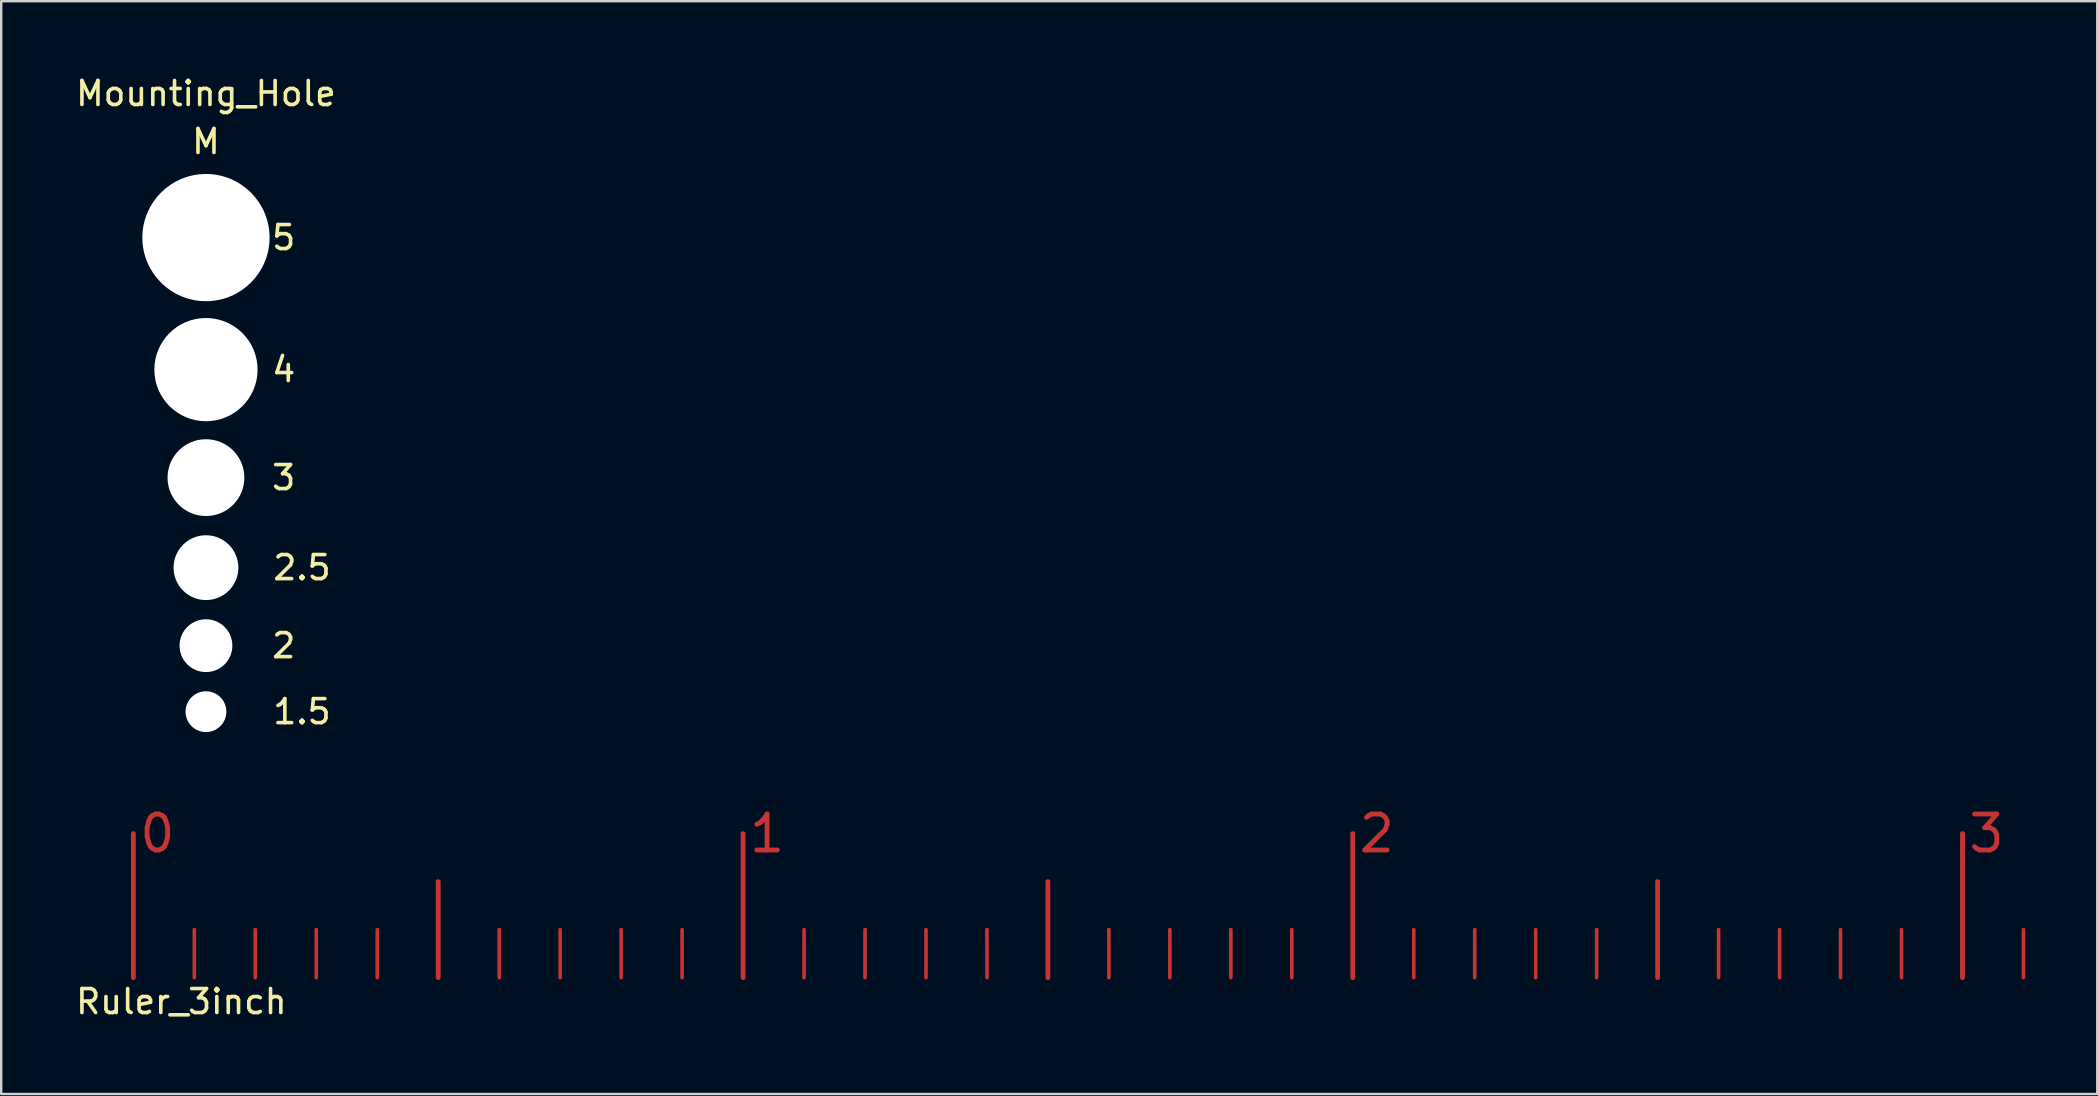
<source format=kicad_pcb>
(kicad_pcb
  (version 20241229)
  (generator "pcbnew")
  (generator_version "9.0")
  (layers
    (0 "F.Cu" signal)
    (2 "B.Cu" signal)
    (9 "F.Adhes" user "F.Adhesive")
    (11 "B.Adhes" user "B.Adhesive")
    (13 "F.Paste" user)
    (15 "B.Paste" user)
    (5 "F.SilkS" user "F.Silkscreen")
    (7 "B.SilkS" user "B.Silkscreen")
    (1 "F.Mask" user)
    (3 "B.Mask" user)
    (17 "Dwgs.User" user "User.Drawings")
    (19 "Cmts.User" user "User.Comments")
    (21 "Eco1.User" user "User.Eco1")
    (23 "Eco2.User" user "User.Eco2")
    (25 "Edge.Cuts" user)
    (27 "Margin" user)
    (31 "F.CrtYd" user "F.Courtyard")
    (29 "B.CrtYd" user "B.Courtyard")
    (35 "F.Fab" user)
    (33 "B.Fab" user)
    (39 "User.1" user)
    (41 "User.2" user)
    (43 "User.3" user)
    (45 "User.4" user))
  (footprint "Ruler_3inch"
    (layer "F.Cu")
    (at 2.506 37.677)
    (property "Reference" "Ruler_3inch" (at 2 1 180) (layer "F.SilkS") (effects (font (size 1 1) (thickness 0.15))))
    (attr through_hole)
    (fp_line (start 0 0) (end 0 -6) (stroke (width 0.2) (type solid)) (layer "F.Cu"))
    (fp_line (start 2.54 0) (end 2.54 -2) (stroke (width 0.15) (type solid)) (layer "F.Cu"))
    (fp_line (start 5.08 0) (end 5.08 -2) (stroke (width 0.15) (type solid)) (layer "F.Cu"))
    (fp_line (start 7.62 0) (end 7.62 -2) (stroke (width 0.15) (type solid)) (layer "F.Cu"))
    (fp_line (start 10.16 0) (end 10.16 -2) (stroke (width 0.15) (type solid)) (layer "F.Cu"))
    (fp_line (start 12.7 0) (end 12.7 -4) (stroke (width 0.2) (type solid)) (layer "F.Cu"))
    (fp_line (start 15.24 0) (end 15.24 -2) (stroke (width 0.15) (type solid)) (layer "F.Cu"))
    (fp_line (start 17.78 0) (end 17.78 -2) (stroke (width 0.15) (type solid)) (layer "F.Cu"))
    (fp_line (start 20.32 0) (end 20.32 -2) (stroke (width 0.15) (type solid)) (layer "F.Cu"))
    (fp_line (start 22.86 0) (end 22.86 -2) (stroke (width 0.15) (type solid)) (layer "F.Cu"))
    (fp_line (start 25.4 0) (end 25.4 -6) (stroke (width 0.2) (type solid)) (layer "F.Cu"))
    (fp_line (start 27.94 0) (end 27.94 -2) (stroke (width 0.15) (type solid)) (layer "F.Cu"))
    (fp_line (start 30.48 0) (end 30.48 -2) (stroke (width 0.15) (type solid)) (layer "F.Cu"))
    (fp_line (start 33.02 0) (end 33.02 -2) (stroke (width 0.15) (type solid)) (layer "F.Cu"))
    (fp_line (start 35.56 0) (end 35.56 -2) (stroke (width 0.15) (type solid)) (layer "F.Cu"))
    (fp_line (start 38.1 0) (end 38.1 -4) (stroke (width 0.2) (type solid)) (layer "F.Cu"))
    (fp_line (start 40.64 0) (end 40.64 -2) (stroke (width 0.15) (type solid)) (layer "F.Cu"))
    (fp_line (start 43.18 0) (end 43.18 -2) (stroke (width 0.15) (type solid)) (layer "F.Cu"))
    (fp_line (start 45.72 0) (end 45.72 -2) (stroke (width 0.15) (type solid)) (layer "F.Cu"))
    (fp_line (start 48.26 0) (end 48.26 -2) (stroke (width 0.15) (type solid)) (layer "F.Cu"))
    (fp_line (start 50.8 0) (end 50.8 -6) (stroke (width 0.2) (type solid)) (layer "F.Cu"))
    (fp_line (start 53.34 0) (end 53.34 -2) (stroke (width 0.15) (type solid)) (layer "F.Cu"))
    (fp_line (start 55.88 0) (end 55.88 -2) (stroke (width 0.15) (type solid)) (layer "F.Cu"))
    (fp_line (start 58.42 0) (end 58.42 -2) (stroke (width 0.15) (type solid)) (layer "F.Cu"))
    (fp_line (start 60.96 0) (end 60.96 -2) (stroke (width 0.15) (type solid)) (layer "F.Cu"))
    (fp_line (start 63.5 0) (end 63.5 -4) (stroke (width 0.2) (type solid)) (layer "F.Cu"))
    (fp_line (start 66.04 0) (end 66.04 -2) (stroke (width 0.15) (type solid)) (layer "F.Cu"))
    (fp_line (start 68.58 0) (end 68.58 -2) (stroke (width 0.15) (type solid)) (layer "F.Cu"))
    (fp_line (start 71.12 0) (end 71.12 -2) (stroke (width 0.15) (type solid)) (layer "F.Cu"))
    (fp_line (start 73.66 0) (end 73.66 -2) (stroke (width 0.15) (type solid)) (layer "F.Cu"))
    (fp_line (start 76.2 0) (end 76.2 -6) (stroke (width 0.2) (type solid)) (layer "F.Cu"))
    (fp_line (start 78.74 0) (end 78.74 -2) (stroke (width 0.15) (type solid)) (layer "F.Cu"))
    (fp_line (start 0 0) (end 0 -6) (stroke (width 0.2) (type solid)) (layer "F.Mask"))
    (fp_line (start 2.54 0) (end 2.54 -2) (stroke (width 0.15) (type solid)) (layer "F.Mask"))
    (fp_line (start 5.08 0) (end 5.08 -2) (stroke (width 0.15) (type solid)) (layer "F.Mask"))
    (fp_line (start 7.62 0) (end 7.62 -2) (stroke (width 0.15) (type solid)) (layer "F.Mask"))
    (fp_line (start 10.16 0) (end 10.16 -2) (stroke (width 0.15) (type solid)) (layer "F.Mask"))
    (fp_line (start 12.7 0) (end 12.7 -4) (stroke (width 0.2) (type solid)) (layer "F.Mask"))
    (fp_line (start 15.24 0) (end 15.24 -2) (stroke (width 0.15) (type solid)) (layer "F.Mask"))
    (fp_line (start 17.78 0) (end 17.78 -2) (stroke (width 0.15) (type solid)) (layer "F.Mask"))
    (fp_line (start 20.32 0) (end 20.32 -2) (stroke (width 0.15) (type solid)) (layer "F.Mask"))
    (fp_line (start 22.86 0) (end 22.86 -2) (stroke (width 0.15) (type solid)) (layer "F.Mask"))
    (fp_line (start 25.4 0) (end 25.4 -6) (stroke (width 0.2) (type solid)) (layer "F.Mask"))
    (fp_line (start 27.94 0) (end 27.94 -2) (stroke (width 0.15) (type solid)) (layer "F.Mask"))
    (fp_line (start 30.48 0) (end 30.48 -2) (stroke (width 0.15) (type solid)) (layer "F.Mask"))
    (fp_line (start 33.02 0) (end 33.02 -2) (stroke (width 0.15) (type solid)) (layer "F.Mask"))
    (fp_line (start 35.56 0) (end 35.56 -2) (stroke (width 0.15) (type solid)) (layer "F.Mask"))
    (fp_line (start 38.1 0) (end 38.1 -4) (stroke (width 0.2) (type solid)) (layer "F.Mask"))
    (fp_line (start 40.64 0) (end 40.64 -2) (stroke (width 0.15) (type solid)) (layer "F.Mask"))
    (fp_line (start 43.18 0) (end 43.18 -2) (stroke (width 0.15) (type solid)) (layer "F.Mask"))
    (fp_line (start 45.72 0) (end 45.72 -2) (stroke (width 0.15) (type solid)) (layer "F.Mask"))
    (fp_line (start 48.26 0) (end 48.26 -2) (stroke (width 0.15) (type solid)) (layer "F.Mask"))
    (fp_line (start 50.8 0) (end 50.8 -6) (stroke (width 0.2) (type solid)) (layer "F.Mask"))
    (fp_line (start 53.34 0) (end 53.34 -2) (stroke (width 0.15) (type solid)) (layer "F.Mask"))
    (fp_line (start 55.88 0) (end 55.88 -2) (stroke (width 0.15) (type solid)) (layer "F.Mask"))
    (fp_line (start 58.42 0) (end 58.42 -2) (stroke (width 0.15) (type solid)) (layer "F.Mask"))
    (fp_line (start 60.96 0) (end 60.96 -2) (stroke (width 0.15) (type solid)) (layer "F.Mask"))
    (fp_line (start 63.5 0) (end 63.5 -4) (stroke (width 0.2) (type solid)) (layer "F.Mask"))
    (fp_line (start 66.04 0) (end 66.04 -2) (stroke (width 0.15) (type solid)) (layer "F.Mask"))
    (fp_line (start 68.58 0) (end 68.58 -2) (stroke (width 0.15) (type solid)) (layer "F.Mask"))
    (fp_line (start 71.12 0) (end 71.12 -2) (stroke (width 0.15) (type solid)) (layer "F.Mask"))
    (fp_line (start 73.66 0) (end 73.66 -2) (stroke (width 0.15) (type solid)) (layer "F.Mask"))
    (fp_line (start 76.2 0) (end 76.2 -6) (stroke (width 0.2) (type solid)) (layer "F.Mask"))
    (fp_line (start 78.74 0) (end 78.74 -2) (stroke (width 0.15) (type solid)) (layer "F.Mask"))
    (fp_text user "0" (at 1 -6 0) (layer "F.Cu") (effects (font (size 1.5 1.5) (thickness 0.2))))
    (fp_text user "2" (at 51.8 -6 0) (layer "F.Cu") (effects (font (size 1.5 1.5) (thickness 0.2))))
    (fp_text user "1" (at 26.4 -6 0) (layer "F.Cu") (effects (font (size 1.5 1.5) (thickness 0.2))))
    (fp_text user "3" (at 77.2 -6 0) (layer "F.Cu") (effects (font (size 1.5 1.5) (thickness 0.2))))
    (fp_text user "2" (at 51.8 -6 0) (layer "F.Mask") (effects (font (size 1.5 1.5) (thickness 0.2))))
    (fp_text user "1" (at 26.4 -6 0) (layer "F.Mask") (effects (font (size 1.5 1.5) (thickness 0.2))))
    (fp_text user "3" (at 77.2 -6 0) (layer "F.Mask") (effects (font (size 1.5 1.5) (thickness 0.2))))
    (fp_text user "0" (at 1 -6 0) (layer "F.Mask") (effects (font (size 1.5 1.5) (thickness 0.2)))))
  (footprint "Mounting_Hole"
    (layer "F.Cu")
    (at 5.53 6.848)
    (property "Reference" "Mounting_Hole" (at 0 -6 0) (layer "F.SilkS") (effects (font (size 1 1) (thickness 0.15))))
    (attr through_hole)
    (fp_text user "5  " (at 4 0 180) (layer "F.SilkS") (effects (font (size 1 1) (thickness 0.15))))
    (fp_text user "M" (at 0 -4 0) (layer "F.SilkS") (effects (font (size 1 1) (thickness 0.15))))
    (fp_text user "2.5" (at 4 13.75 0) (layer "F.SilkS") (effects (font (size 1 1) (thickness 0.15))))
    (fp_text user "2  " (at 4 17 0) (layer "F.SilkS") (effects (font (size 1 1) (thickness 0.15))))
    (fp_text user "4  " (at 4 5.5 180) (layer "F.SilkS") (effects (font (size 1 1) (thickness 0.15))))
    (fp_text user "1.5" (at 4 19.75 0) (layer "F.SilkS") (effects (font (size 1 1) (thickness 0.15))))
    (fp_text user "3  " (at 4 10 180) (layer "F.SilkS") (effects (font (size 1 1) (thickness 0.15))))
    (pad "" np_thru_hole circle (at 0 0) (size 5.3 5.3) (drill 5.3) (layers "*.Cu"))
    (pad "" np_thru_hole circle (at 0 5.5 180) (size 4.3 4.3) (drill 4.3) (layers "*.Cu"))
    (pad "" np_thru_hole circle (at 0 10 180) (size 3.2 3.2) (drill 3.2) (layers "*.Cu"))
    (pad "" np_thru_hole circle (at 0 13.75 180) (size 2.7 2.7) (drill 2.7) (layers "*.Cu"))
    (pad "" np_thru_hole circle (at 0 17 180) (size 2.2 2.2) (drill 2.2) (layers "*.Cu"))
    (pad "" np_thru_hole circle (at 0 19.75 180) (size 1.7 1.7) (drill 1.7) (layers "*.Cu")))
  (gr_rect
    (start -3 -3)
    (end 84.321 42.525)
    (stroke (width 0.1) (type default))
    (fill no)
    (layer "Edge.Cuts")))
</source>
